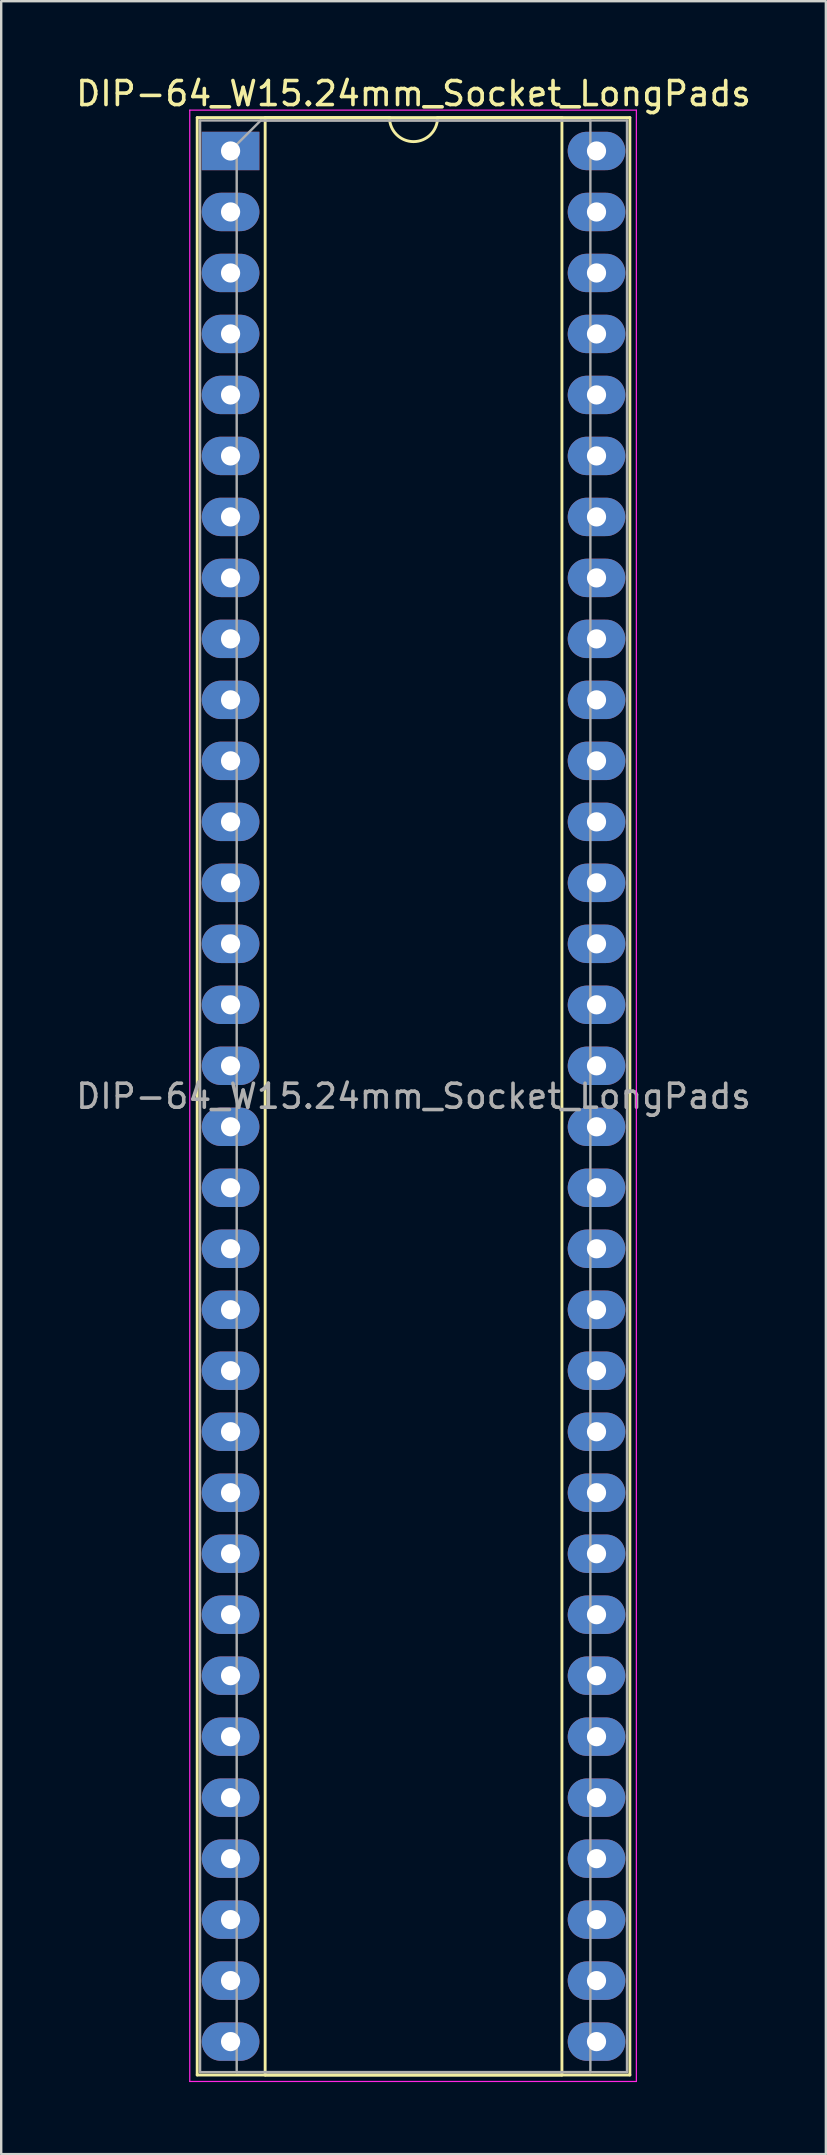
<source format=kicad_pcb>
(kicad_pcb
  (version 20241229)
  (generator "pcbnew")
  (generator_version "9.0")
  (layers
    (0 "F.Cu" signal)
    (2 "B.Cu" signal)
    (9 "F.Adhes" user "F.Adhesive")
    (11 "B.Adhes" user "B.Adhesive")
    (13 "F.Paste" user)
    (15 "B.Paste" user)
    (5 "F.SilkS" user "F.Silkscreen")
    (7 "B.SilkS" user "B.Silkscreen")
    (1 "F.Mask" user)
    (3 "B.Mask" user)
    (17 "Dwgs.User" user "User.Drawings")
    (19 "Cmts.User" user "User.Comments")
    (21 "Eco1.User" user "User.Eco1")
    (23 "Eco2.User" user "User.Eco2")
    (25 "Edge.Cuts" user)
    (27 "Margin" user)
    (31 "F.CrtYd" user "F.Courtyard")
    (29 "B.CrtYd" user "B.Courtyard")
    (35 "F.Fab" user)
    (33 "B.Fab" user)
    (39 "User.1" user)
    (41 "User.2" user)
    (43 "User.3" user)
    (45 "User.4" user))
  (footprint "DIP-64_W15.24mm_Socket_LongPads"
    (layer "F.Cu")
    (at 6.553 3.238)
    (property "Reference" "DIP-64_W15.24mm_Socket_LongPads" (at 7.62 -2.39 0) (layer "F.SilkS") (effects (font (size 1 1) (thickness 0.15))))
    (attr through_hole)
    (fp_line (start -1.39 -1.39) (end -1.39 80.13) (stroke (width 0.12) (type solid)) (layer "F.SilkS"))
    (fp_line (start -1.39 80.13) (end 16.63 80.13) (stroke (width 0.12) (type solid)) (layer "F.SilkS"))
    (fp_line (start 1.44 -1.39) (end 1.44 80.13) (stroke (width 0.12) (type solid)) (layer "F.SilkS"))
    (fp_line (start 1.44 80.13) (end 13.8 80.13) (stroke (width 0.12) (type solid)) (layer "F.SilkS"))
    (fp_line (start 6.62 -1.39) (end 1.44 -1.39) (stroke (width 0.12) (type solid)) (layer "F.SilkS"))
    (fp_line (start 13.8 -1.39) (end 8.62 -1.39) (stroke (width 0.12) (type solid)) (layer "F.SilkS"))
    (fp_line (start 13.8 80.13) (end 13.8 -1.39) (stroke (width 0.12) (type solid)) (layer "F.SilkS"))
    (fp_line (start 16.63 -1.39) (end -1.39 -1.39) (stroke (width 0.12) (type solid)) (layer "F.SilkS"))
    (fp_line (start 16.63 80.13) (end 16.63 -1.39) (stroke (width 0.12) (type solid)) (layer "F.SilkS"))
    (fp_arc (start 8.62 -1.39) (mid 7.62 -0.39) (end 6.62 -1.39) (stroke (width 0.12) (type solid)) (layer "F.SilkS"))
    (fp_line (start -1.7 -1.7) (end -1.7 80.4) (stroke (width 0.05) (type solid)) (layer "F.CrtYd"))
    (fp_line (start -1.7 80.4) (end 16.9 80.4) (stroke (width 0.05) (type solid)) (layer "F.CrtYd"))
    (fp_line (start 16.9 -1.7) (end -1.7 -1.7) (stroke (width 0.05) (type solid)) (layer "F.CrtYd"))
    (fp_line (start 16.9 80.4) (end 16.9 -1.7) (stroke (width 0.05) (type solid)) (layer "F.CrtYd"))
    (fp_line (start -1.27 -1.27) (end -1.27 80.01) (stroke (width 0.1) (type solid)) (layer "F.Fab"))
    (fp_line (start -1.27 80.01) (end 16.51 80.01) (stroke (width 0.1) (type solid)) (layer "F.Fab"))
    (fp_line (start 0.255 -0.27) (end 1.255 -1.27) (stroke (width 0.1) (type solid)) (layer "F.Fab"))
    (fp_line (start 0.255 80.01) (end 0.255 -0.27) (stroke (width 0.1) (type solid)) (layer "F.Fab"))
    (fp_line (start 1.255 -1.27) (end 14.985 -1.27) (stroke (width 0.1) (type solid)) (layer "F.Fab"))
    (fp_line (start 14.985 -1.27) (end 14.985 80.01) (stroke (width 0.1) (type solid)) (layer "F.Fab"))
    (fp_line (start 14.985 80.01) (end 0.255 80.01) (stroke (width 0.1) (type solid)) (layer "F.Fab"))
    (fp_line (start 16.51 -1.27) (end -1.27 -1.27) (stroke (width 0.1) (type solid)) (layer "F.Fab"))
    (fp_line (start 16.51 80.01) (end 16.51 -1.27) (stroke (width 0.1) (type solid)) (layer "F.Fab"))
    (fp_text user "${REFERENCE}" (at 7.62 39.37 0) (layer "F.Fab") (effects (font (size 1 1) (thickness 0.15))))
    (pad "1" thru_hole rect (at 0 0) (size 2.4 1.6) (drill 0.8) (layers "*.Cu" "*.Mask"))
    (pad "2" thru_hole oval (at 0 2.54) (size 2.4 1.6) (drill 0.8) (layers "*.Cu" "*.Mask"))
    (pad "3" thru_hole oval (at 0 5.08) (size 2.4 1.6) (drill 0.8) (layers "*.Cu" "*.Mask"))
    (pad "4" thru_hole oval (at 0 7.62) (size 2.4 1.6) (drill 0.8) (layers "*.Cu" "*.Mask"))
    (pad "5" thru_hole oval (at 0 10.16) (size 2.4 1.6) (drill 0.8) (layers "*.Cu" "*.Mask"))
    (pad "6" thru_hole oval (at 0 12.7) (size 2.4 1.6) (drill 0.8) (layers "*.Cu" "*.Mask"))
    (pad "7" thru_hole oval (at 0 15.24) (size 2.4 1.6) (drill 0.8) (layers "*.Cu" "*.Mask"))
    (pad "8" thru_hole oval (at 0 17.78) (size 2.4 1.6) (drill 0.8) (layers "*.Cu" "*.Mask"))
    (pad "9" thru_hole oval (at 0 20.32) (size 2.4 1.6) (drill 0.8) (layers "*.Cu" "*.Mask"))
    (pad "10" thru_hole oval (at 0 22.86) (size 2.4 1.6) (drill 0.8) (layers "*.Cu" "*.Mask"))
    (pad "11" thru_hole oval (at 0 25.4) (size 2.4 1.6) (drill 0.8) (layers "*.Cu" "*.Mask"))
    (pad "12" thru_hole oval (at 0 27.94) (size 2.4 1.6) (drill 0.8) (layers "*.Cu" "*.Mask"))
    (pad "13" thru_hole oval (at 0 30.48) (size 2.4 1.6) (drill 0.8) (layers "*.Cu" "*.Mask"))
    (pad "14" thru_hole oval (at 0 33.02) (size 2.4 1.6) (drill 0.8) (layers "*.Cu" "*.Mask"))
    (pad "15" thru_hole oval (at 0 35.56) (size 2.4 1.6) (drill 0.8) (layers "*.Cu" "*.Mask"))
    (pad "16" thru_hole oval (at 0 38.1) (size 2.4 1.6) (drill 0.8) (layers "*.Cu" "*.Mask"))
    (pad "17" thru_hole oval (at 0 40.64) (size 2.4 1.6) (drill 0.8) (layers "*.Cu" "*.Mask"))
    (pad "18" thru_hole oval (at 0 43.18) (size 2.4 1.6) (drill 0.8) (layers "*.Cu" "*.Mask"))
    (pad "19" thru_hole oval (at 0 45.72) (size 2.4 1.6) (drill 0.8) (layers "*.Cu" "*.Mask"))
    (pad "20" thru_hole oval (at 0 48.26) (size 2.4 1.6) (drill 0.8) (layers "*.Cu" "*.Mask"))
    (pad "21" thru_hole oval (at 0 50.8) (size 2.4 1.6) (drill 0.8) (layers "*.Cu" "*.Mask"))
    (pad "22" thru_hole oval (at 0 53.34) (size 2.4 1.6) (drill 0.8) (layers "*.Cu" "*.Mask"))
    (pad "23" thru_hole oval (at 0 55.88) (size 2.4 1.6) (drill 0.8) (layers "*.Cu" "*.Mask"))
    (pad "24" thru_hole oval (at 0 58.42) (size 2.4 1.6) (drill 0.8) (layers "*.Cu" "*.Mask"))
    (pad "25" thru_hole oval (at 0 60.96) (size 2.4 1.6) (drill 0.8) (layers "*.Cu" "*.Mask"))
    (pad "26" thru_hole oval (at 0 63.5) (size 2.4 1.6) (drill 0.8) (layers "*.Cu" "*.Mask"))
    (pad "27" thru_hole oval (at 0 66.04) (size 2.4 1.6) (drill 0.8) (layers "*.Cu" "*.Mask"))
    (pad "28" thru_hole oval (at 0 68.58) (size 2.4 1.6) (drill 0.8) (layers "*.Cu" "*.Mask"))
    (pad "29" thru_hole oval (at 0 71.12) (size 2.4 1.6) (drill 0.8) (layers "*.Cu" "*.Mask"))
    (pad "30" thru_hole oval (at 0 73.66) (size 2.4 1.6) (drill 0.8) (layers "*.Cu" "*.Mask"))
    (pad "31" thru_hole oval (at 0 76.2) (size 2.4 1.6) (drill 0.8) (layers "*.Cu" "*.Mask"))
    (pad "32" thru_hole oval (at 0 78.74) (size 2.4 1.6) (drill 0.8) (layers "*.Cu" "*.Mask"))
    (pad "33" thru_hole oval (at 15.24 78.74) (size 2.4 1.6) (drill 0.8) (layers "*.Cu" "*.Mask"))
    (pad "34" thru_hole oval (at 15.24 76.2) (size 2.4 1.6) (drill 0.8) (layers "*.Cu" "*.Mask"))
    (pad "35" thru_hole oval (at 15.24 73.66) (size 2.4 1.6) (drill 0.8) (layers "*.Cu" "*.Mask"))
    (pad "36" thru_hole oval (at 15.24 71.12) (size 2.4 1.6) (drill 0.8) (layers "*.Cu" "*.Mask"))
    (pad "37" thru_hole oval (at 15.24 68.58) (size 2.4 1.6) (drill 0.8) (layers "*.Cu" "*.Mask"))
    (pad "38" thru_hole oval (at 15.24 66.04) (size 2.4 1.6) (drill 0.8) (layers "*.Cu" "*.Mask"))
    (pad "39" thru_hole oval (at 15.24 63.5) (size 2.4 1.6) (drill 0.8) (layers "*.Cu" "*.Mask"))
    (pad "40" thru_hole oval (at 15.24 60.96) (size 2.4 1.6) (drill 0.8) (layers "*.Cu" "*.Mask"))
    (pad "41" thru_hole oval (at 15.24 58.42) (size 2.4 1.6) (drill 0.8) (layers "*.Cu" "*.Mask"))
    (pad "42" thru_hole oval (at 15.24 55.88) (size 2.4 1.6) (drill 0.8) (layers "*.Cu" "*.Mask"))
    (pad "43" thru_hole oval (at 15.24 53.34) (size 2.4 1.6) (drill 0.8) (layers "*.Cu" "*.Mask"))
    (pad "44" thru_hole oval (at 15.24 50.8) (size 2.4 1.6) (drill 0.8) (layers "*.Cu" "*.Mask"))
    (pad "45" thru_hole oval (at 15.24 48.26) (size 2.4 1.6) (drill 0.8) (layers "*.Cu" "*.Mask"))
    (pad "46" thru_hole oval (at 15.24 45.72) (size 2.4 1.6) (drill 0.8) (layers "*.Cu" "*.Mask"))
    (pad "47" thru_hole oval (at 15.24 43.18) (size 2.4 1.6) (drill 0.8) (layers "*.Cu" "*.Mask"))
    (pad "48" thru_hole oval (at 15.24 40.64) (size 2.4 1.6) (drill 0.8) (layers "*.Cu" "*.Mask"))
    (pad "49" thru_hole oval (at 15.24 38.1) (size 2.4 1.6) (drill 0.8) (layers "*.Cu" "*.Mask"))
    (pad "50" thru_hole oval (at 15.24 35.56) (size 2.4 1.6) (drill 0.8) (layers "*.Cu" "*.Mask"))
    (pad "51" thru_hole oval (at 15.24 33.02) (size 2.4 1.6) (drill 0.8) (layers "*.Cu" "*.Mask"))
    (pad "52" thru_hole oval (at 15.24 30.48) (size 2.4 1.6) (drill 0.8) (layers "*.Cu" "*.Mask"))
    (pad "53" thru_hole oval (at 15.24 27.94) (size 2.4 1.6) (drill 0.8) (layers "*.Cu" "*.Mask"))
    (pad "54" thru_hole oval (at 15.24 25.4) (size 2.4 1.6) (drill 0.8) (layers "*.Cu" "*.Mask"))
    (pad "55" thru_hole oval (at 15.24 22.86) (size 2.4 1.6) (drill 0.8) (layers "*.Cu" "*.Mask"))
    (pad "56" thru_hole oval (at 15.24 20.32) (size 2.4 1.6) (drill 0.8) (layers "*.Cu" "*.Mask"))
    (pad "57" thru_hole oval (at 15.24 17.78) (size 2.4 1.6) (drill 0.8) (layers "*.Cu" "*.Mask"))
    (pad "58" thru_hole oval (at 15.24 15.24) (size 2.4 1.6) (drill 0.8) (layers "*.Cu" "*.Mask"))
    (pad "59" thru_hole oval (at 15.24 12.7) (size 2.4 1.6) (drill 0.8) (layers "*.Cu" "*.Mask"))
    (pad "60" thru_hole oval (at 15.24 10.16) (size 2.4 1.6) (drill 0.8) (layers "*.Cu" "*.Mask"))
    (pad "61" thru_hole oval (at 15.24 7.62) (size 2.4 1.6) (drill 0.8) (layers "*.Cu" "*.Mask"))
    (pad "62" thru_hole oval (at 15.24 5.08) (size 2.4 1.6) (drill 0.8) (layers "*.Cu" "*.Mask"))
    (pad "63" thru_hole oval (at 15.24 2.54) (size 2.4 1.6) (drill 0.8) (layers "*.Cu" "*.Mask"))
    (pad "64" thru_hole oval (at 15.24 0) (size 2.4 1.6) (drill 0.8) (layers "*.Cu" "*.Mask")))
  (gr_rect
    (start -3 -3)
    (end 31.345 86.663)
    (stroke (width 0.1) (type default))
    (fill no)
    (layer "Edge.Cuts")))
</source>
